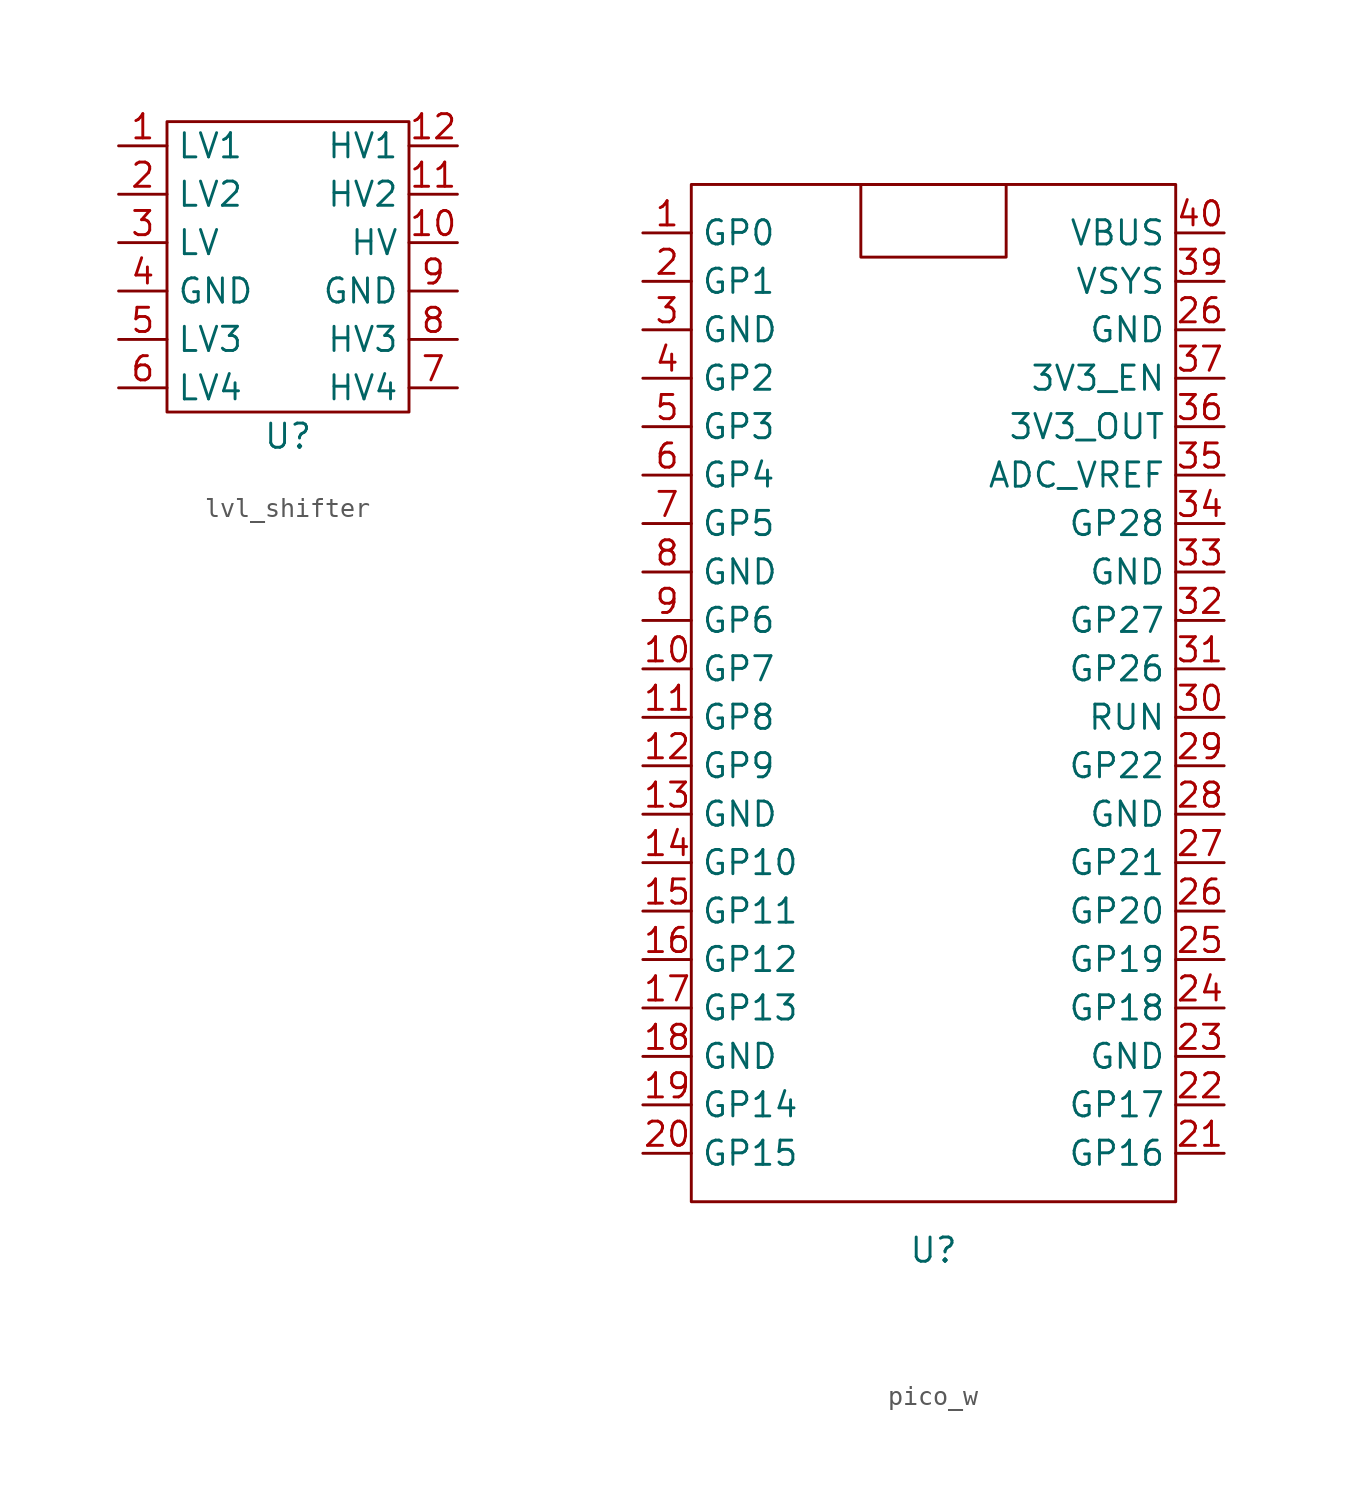
<source format=kicad_sym>
(kicad_symbol_lib
  (version 20231120)
  (generator "kicad_symbol_editor")
  (generator_version "8.0")
  (symbol "lvl_shifter"
    (property "Reference" "U"
      (at 0 -8.89 0)
      (effects (font (size 1.27 1.27))))
    (property "Value" ""
      (at 0 -8.89 0)
      (effects (font (size 1.27 1.27))))
    (symbol "lvl_shifter_0_0"
      (pin unspecified line (at -8.89 6.35 0) (length 2.54) (name "LV1" (effects (font (size 1.27 1.27)))) (number "1" (effects (font (size 1.27 1.27)))))
      (pin unspecified line (at 8.89 1.27 180) (length 2.54) (name "HV" (effects (font (size 1.27 1.27)))) (number "10" (effects (font (size 1.27 1.27)))))
      (pin unspecified line (at 8.89 3.81 180) (length 2.54) (name "HV2" (effects (font (size 1.27 1.27)))) (number "11" (effects (font (size 1.27 1.27)))))
      (pin unspecified line (at 8.89 6.35 180) (length 2.54) (name "HV1" (effects (font (size 1.27 1.27)))) (number "12" (effects (font (size 1.27 1.27)))))
      (pin unspecified line (at -8.89 3.81 0) (length 2.54) (name "LV2" (effects (font (size 1.27 1.27)))) (number "2" (effects (font (size 1.27 1.27)))))
      (pin unspecified line (at -8.89 1.27 0) (length 2.54) (name "LV" (effects (font (size 1.27 1.27)))) (number "3" (effects (font (size 1.27 1.27)))))
      (pin unspecified line (at -8.89 -1.27 0) (length 2.54) (name "GND" (effects (font (size 1.27 1.27)))) (number "4" (effects (font (size 1.27 1.27)))))
      (pin unspecified line (at -8.89 -3.81 0) (length 2.54) (name "LV3" (effects (font (size 1.27 1.27)))) (number "5" (effects (font (size 1.27 1.27)))))
      (pin unspecified line (at -8.89 -6.35 0) (length 2.54) (name "LV4" (effects (font (size 1.27 1.27)))) (number "6" (effects (font (size 1.27 1.27)))))
      (pin unspecified line (at 8.89 -6.35 180) (length 2.54) (name "HV4" (effects (font (size 1.27 1.27)))) (number "7" (effects (font (size 1.27 1.27)))))
      (pin unspecified line (at 8.89 -3.81 180) (length 2.54) (name "HV3" (effects (font (size 1.27 1.27)))) (number "8" (effects (font (size 1.27 1.27)))))
      (pin unspecified line (at 8.89 -1.27 180) (length 2.54) (name "GND" (effects (font (size 1.27 1.27)))) (number "9" (effects (font (size 1.27 1.27))))))
    (symbol "lvl_shifter_0_1"
      (rectangle (start -6.35 7.62) (end 6.35 -7.62) (stroke (width 0) (type default)) (fill (type none)))))
  (symbol "pico_w"
    (property "Reference" "U"
      (at 0 -29.21 0)
      (effects (font (size 1.27 1.27))))
    (property "Value" ""
      (at 0 -29.21 0)
      (effects (font (size 1.27 1.27))))
    (symbol "pico_w_0_1"
      (rectangle (start -3.81 26.67) (end 3.81 22.86) (stroke (width 0) (type default)) (fill (type none))))
    (symbol "pico_w_1_0"
      (pin bidirectional line (at -15.24 1.27 0) (length 2.54) (name "GP7" (effects (font (size 1.27 1.27)))) (number "10" (effects (font (size 1.27 1.27)))))
      (pin bidirectional line (at -15.24 -1.27 0) (length 2.54) (name "GP8" (effects (font (size 1.27 1.27)))) (number "11" (effects (font (size 1.27 1.27)))))
      (pin bidirectional line (at -15.24 -3.81 0) (length 2.54) (name "GP9" (effects (font (size 1.27 1.27)))) (number "12" (effects (font (size 1.27 1.27)))))
      (pin passive line (at -15.24 -6.35 0) (length 2.54) (name "GND" (effects (font (size 1.27 1.27)))) (number "13" (effects (font (size 1.27 1.27)))))
      (pin bidirectional line (at -15.24 -8.89 0) (length 2.54) (name "GP10" (effects (font (size 1.27 1.27)))) (number "14" (effects (font (size 1.27 1.27)))))
      (pin bidirectional line (at -15.24 -11.43 0) (length 2.54) (name "GP11" (effects (font (size 1.27 1.27)))) (number "15" (effects (font (size 1.27 1.27)))))
      (pin bidirectional line (at -15.24 -13.97 0) (length 2.54) (name "GP12" (effects (font (size 1.27 1.27)))) (number "16" (effects (font (size 1.27 1.27)))))
      (pin bidirectional line (at -15.24 -16.51 0) (length 2.54) (name "GP13" (effects (font (size 1.27 1.27)))) (number "17" (effects (font (size 1.27 1.27)))))
      (pin passive line (at -15.24 -19.05 0) (length 2.54) (name "GND" (effects (font (size 1.27 1.27)))) (number "18" (effects (font (size 1.27 1.27)))))
      (pin bidirectional line (at -15.24 -21.59 0) (length 2.54) (name "GP14" (effects (font (size 1.27 1.27)))) (number "19" (effects (font (size 1.27 1.27)))))
      (pin bidirectional line (at -15.24 21.59 0) (length 2.54) (name "GP1" (effects (font (size 1.27 1.27)))) (number "2" (effects (font (size 1.27 1.27)))))
      (pin bidirectional line (at -15.24 -24.13 0) (length 2.54) (name "GP15" (effects (font (size 1.27 1.27)))) (number "20" (effects (font (size 1.27 1.27)))))
      (pin bidirectional line (at 15.24 -13.97 180) (length 2.54) (name "GP19" (effects (font (size 1.27 1.27)))) (number "25" (effects (font (size 1.27 1.27)))))
      (pin passive line (at 15.24 19.05 180) (length 2.54) (name "GND" (effects (font (size 1.27 1.27)))) (number "26" (effects (font (size 1.27 1.27)))))
      (pin bidirectional line (at 15.24 -11.43 180) (length 2.54) (name "GP20" (effects (font (size 1.27 1.27)))) (number "26" (effects (font (size 1.27 1.27)))))
      (pin bidirectional line (at 15.24 -8.89 180) (length 2.54) (name "GP21" (effects (font (size 1.27 1.27)))) (number "27" (effects (font (size 1.27 1.27)))))
      (pin passive line (at 15.24 -6.35 180) (length 2.54) (name "GND" (effects (font (size 1.27 1.27)))) (number "28" (effects (font (size 1.27 1.27)))))
      (pin bidirectional line (at 15.24 -3.81 180) (length 2.54) (name "GP22" (effects (font (size 1.27 1.27)))) (number "29" (effects (font (size 1.27 1.27)))))
      (pin passive line (at -15.24 19.05 0) (length 2.54) (name "GND" (effects (font (size 1.27 1.27)))) (number "3" (effects (font (size 1.27 1.27)))))
      (pin bidirectional line (at 15.24 -1.27 180) (length 2.54) (name "RUN" (effects (font (size 1.27 1.27)))) (number "30" (effects (font (size 1.27 1.27)))))
      (pin bidirectional line (at 15.24 1.27 180) (length 2.54) (name "GP26" (effects (font (size 1.27 1.27)))) (number "31" (effects (font (size 1.27 1.27)))))
      (pin bidirectional line (at 15.24 3.81 180) (length 2.54) (name "GP27" (effects (font (size 1.27 1.27)))) (number "32" (effects (font (size 1.27 1.27)))))
      (pin passive line (at 15.24 6.35 180) (length 2.54) (name "GND" (effects (font (size 1.27 1.27)))) (number "33" (effects (font (size 1.27 1.27)))))
      (pin bidirectional line (at 15.24 8.89 180) (length 2.54) (name "GP28" (effects (font (size 1.27 1.27)))) (number "34" (effects (font (size 1.27 1.27)))))
      (pin bidirectional line (at 15.24 11.43 180) (length 2.54) (name "ADC_VREF" (effects (font (size 1.27 1.27)))) (number "35" (effects (font (size 1.27 1.27)))))
      (pin power_out line (at 15.24 13.97 180) (length 2.54) (name "3V3_OUT" (effects (font (size 1.27 1.27)))) (number "36" (effects (font (size 1.27 1.27)))))
      (pin input line (at 15.24 16.51 180) (length 2.54) (name "3V3_EN" (effects (font (size 1.27 1.27)))) (number "37" (effects (font (size 1.27 1.27)))))
      (pin power_in line (at 15.24 21.59 180) (length 2.54) (name "VSYS" (effects (font (size 1.27 1.27)))) (number "39" (effects (font (size 1.27 1.27)))))
      (pin bidirectional line (at -15.24 16.51 0) (length 2.54) (name "GP2" (effects (font (size 1.27 1.27)))) (number "4" (effects (font (size 1.27 1.27)))))
      (pin bidirectional line (at -15.24 13.97 0) (length 2.54) (name "GP3" (effects (font (size 1.27 1.27)))) (number "5" (effects (font (size 1.27 1.27)))))
      (pin bidirectional line (at -15.24 11.43 0) (length 2.54) (name "GP4" (effects (font (size 1.27 1.27)))) (number "6" (effects (font (size 1.27 1.27)))))
      (pin bidirectional line (at -15.24 8.89 0) (length 2.54) (name "GP5" (effects (font (size 1.27 1.27)))) (number "7" (effects (font (size 1.27 1.27)))))
      (pin passive line (at -15.24 6.35 0) (length 2.54) (name "GND" (effects (font (size 1.27 1.27)))) (number "8" (effects (font (size 1.27 1.27)))))
      (pin bidirectional line (at -15.24 3.81 0) (length 2.54) (name "GP6" (effects (font (size 1.27 1.27)))) (number "9" (effects (font (size 1.27 1.27))))))
    (symbol "pico_w_1_1"
      (rectangle (start -12.7 26.67) (end 12.7 -26.67) (stroke (width 0) (type default)) (fill (type none)))
      (pin bidirectional line (at -15.24 24.13 0) (length 2.54) (name "GP0" (effects (font (size 1.27 1.27)))) (number "1" (effects (font (size 1.27 1.27)))))
      (pin bidirectional line (at 15.24 -24.13 180) (length 2.54) (name "GP16" (effects (font (size 1.27 1.27)))) (number "21" (effects (font (size 1.27 1.27)))))
      (pin bidirectional line (at 15.24 -21.59 180) (length 2.54) (name "GP17" (effects (font (size 1.27 1.27)))) (number "22" (effects (font (size 1.27 1.27)))))
      (pin passive line (at 15.24 -19.05 180) (length 2.54) (name "GND" (effects (font (size 1.27 1.27)))) (number "23" (effects (font (size 1.27 1.27)))))
      (pin bidirectional line (at 15.24 -16.51 180) (length 2.54) (name "GP18" (effects (font (size 1.27 1.27)))) (number "24" (effects (font (size 1.27 1.27)))))
      (pin power_out line (at 15.24 24.13 180) (length 2.54) (name "VBUS" (effects (font (size 1.27 1.27)))) (number "40" (effects (font (size 1.27 1.27))))))))
</source>
